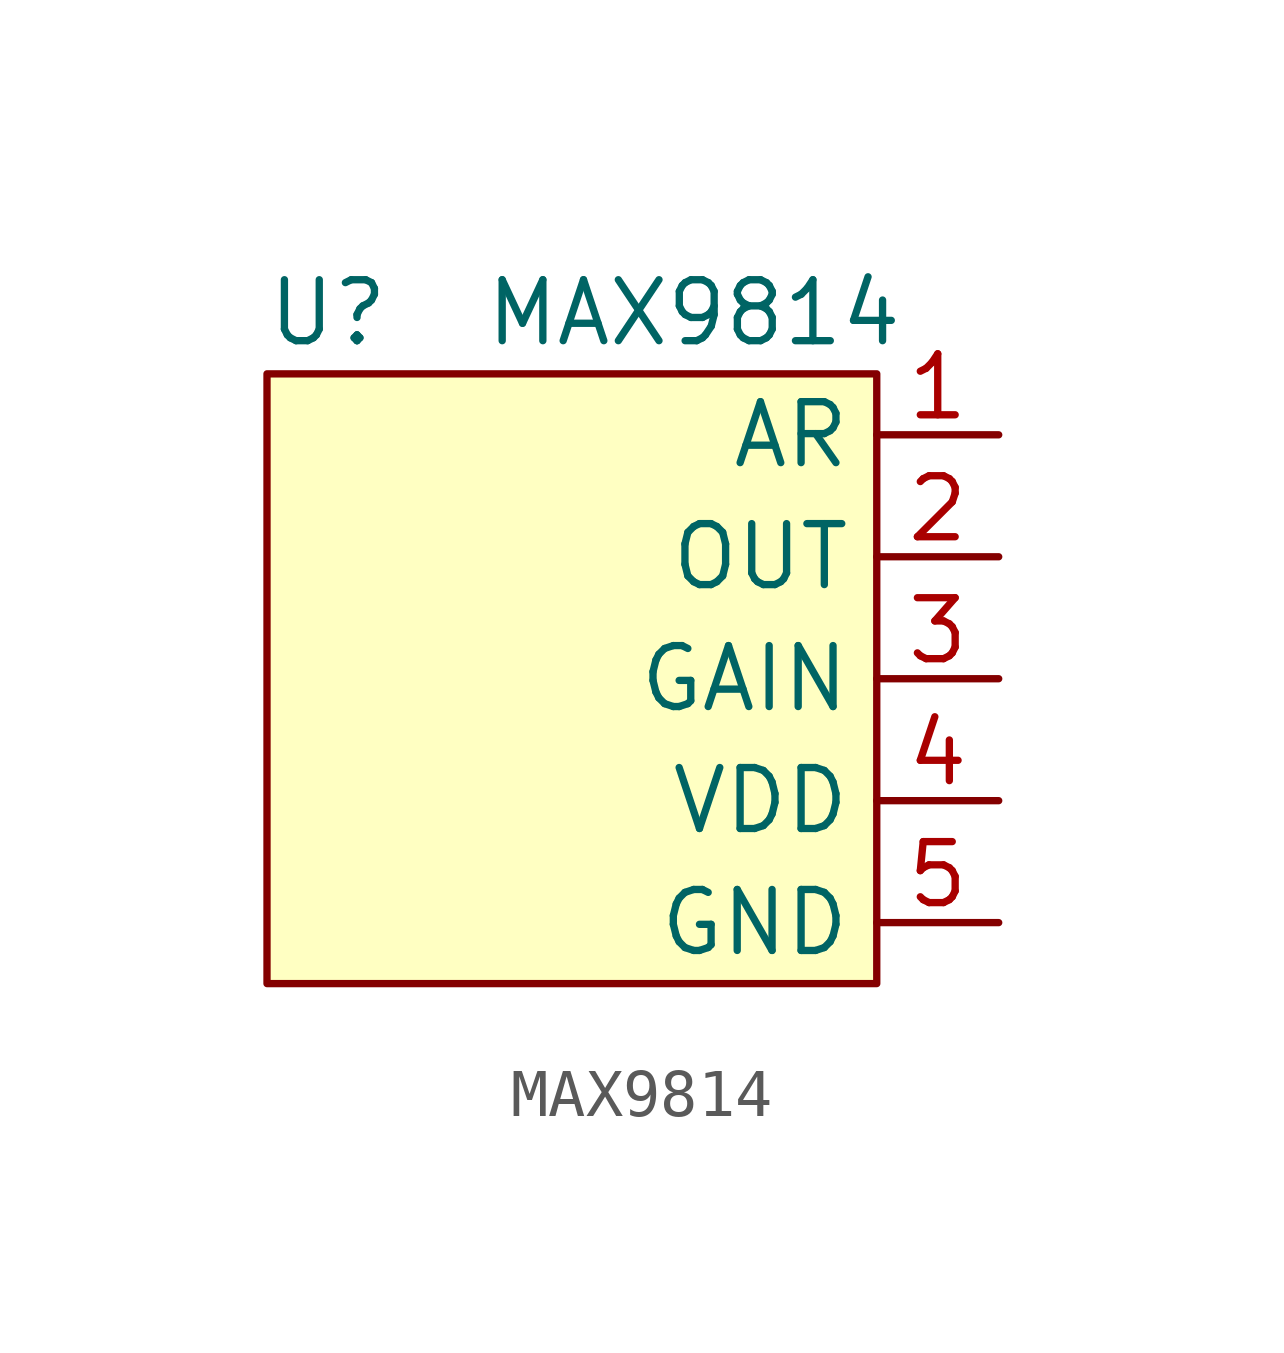
<source format=kicad_sym>
(kicad_symbol_lib
  (version 20220914)
  (generator kicad_symbol_editor)
  (symbol "MAX9814"
    (property "Reference" "U"
      (at -5.08 8.89 0)
      (effects (font (size 1.27 1.27))))
    (property "Value" "MAX9814"
      (at 2.54 8.89 0)
      (effects (font (size 1.27 1.27))))
    (symbol "MAX9814_0_1"
      (rectangle (start -6.35 7.62) (end 6.35 -5.08) (stroke (width 0) (type default) (color 132 0 0 1)) (fill (type background))))
    (symbol "MAX9814_1_1"
      (pin power_in line (at 8.89 6.35 180) (length 2.54) (name "AR" (effects (font (size 1.27 1.27)))) (number "1" (effects (font (size 1.27 1.27)))))
      (pin output line (at 8.89 3.81 180) (length 2.54) (name "OUT" (effects (font (size 1.27 1.27)))) (number "2" (effects (font (size 1.27 1.27)))))
      (pin bidirectional line (at 8.89 1.27 180) (length 2.54) (name "GAIN" (effects (font (size 1.27 1.27)))) (number "3" (effects (font (size 1.27 1.27)))))
      (pin power_in line (at 8.89 -1.27 180) (length 2.54) (name "VDD" (effects (font (size 1.27 1.27)))) (number "4" (effects (font (size 1.27 1.27)))))
      (pin power_in line (at 8.89 -3.81 180) (length 2.54) (name "GND" (effects (font (size 1.27 1.27)))) (number "5" (effects (font (size 1.27 1.27))))))))
</source>
